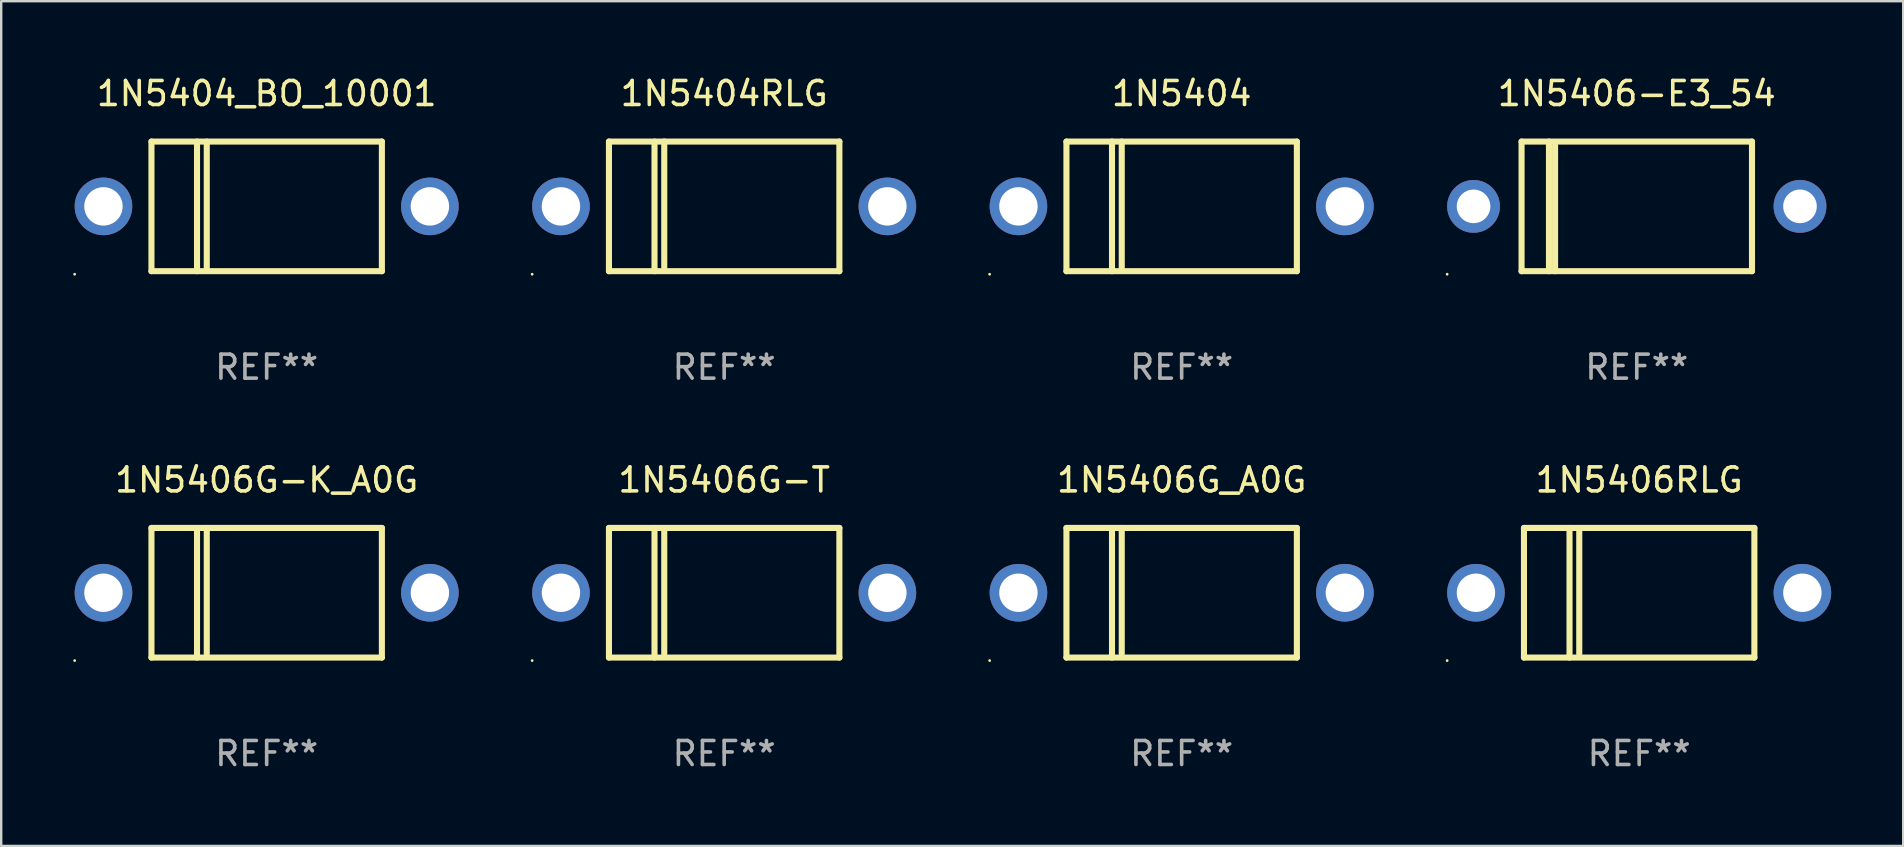
<source format=kicad_pcb>
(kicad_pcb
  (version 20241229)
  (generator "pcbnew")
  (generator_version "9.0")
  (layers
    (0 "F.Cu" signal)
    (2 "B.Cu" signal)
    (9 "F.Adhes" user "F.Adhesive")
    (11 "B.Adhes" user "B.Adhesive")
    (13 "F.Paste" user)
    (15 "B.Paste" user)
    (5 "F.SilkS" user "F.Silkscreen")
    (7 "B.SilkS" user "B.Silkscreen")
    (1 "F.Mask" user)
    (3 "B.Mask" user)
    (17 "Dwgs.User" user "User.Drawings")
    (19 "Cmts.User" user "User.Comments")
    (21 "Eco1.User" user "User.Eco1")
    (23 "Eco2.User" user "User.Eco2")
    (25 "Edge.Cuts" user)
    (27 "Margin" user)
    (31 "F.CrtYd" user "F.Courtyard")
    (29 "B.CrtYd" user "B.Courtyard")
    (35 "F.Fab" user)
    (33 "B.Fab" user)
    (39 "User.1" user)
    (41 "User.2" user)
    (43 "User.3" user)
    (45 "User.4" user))
  (footprint "1N5406G_A0G"
    (layer "F.Cu")
    (at 46.18 21.645)
    (property "Reference" "1N5406G_A0G" (at 0 -4.7 0) (layer "F.SilkS") (effects (font (size 1 1) (thickness 0.15))))
    (attr through_hole)
    (fp_line (start -4.8 -2.7) (end -4.8 2.7) (stroke (width 0.254) (type solid)) (layer "F.SilkS"))
    (fp_line (start -4.8 -2.7) (end 4.8 -2.7) (stroke (width 0.254) (type solid)) (layer "F.SilkS"))
    (fp_line (start -2.902 -2.7) (end -2.902 2.7) (stroke (width 0.254) (type solid)) (layer "F.SilkS"))
    (fp_line (start -2.496 -2.7) (end -2.496 2.54) (stroke (width 0.254) (type solid)) (layer "F.SilkS"))
    (fp_line (start 4.8 -2.7) (end 4.8 2.7) (stroke (width 0.254) (type solid)) (layer "F.SilkS"))
    (fp_line (start 4.8 2.7) (end -4.8 2.7) (stroke (width 0.254) (type solid)) (layer "F.SilkS"))
    (fp_circle (center -8 2.827) (end -7.97 2.827) (stroke (width 0.06) (type solid)) (fill no) (layer "F.SilkS"))
    (fp_text user "REF**" (at 0 6.7 0) (layer "F.Fab") (effects (font (size 1 1) (thickness 0.15))))
    (pad "1" thru_hole circle (at -6.8 0) (size 2.4 2.4) (drill 1.6) (layers "*.Cu" "*.Mask"))
    (pad "2" thru_hole circle (at 6.8 0) (size 2.4 2.4) (drill 1.6) (layers "*.Cu" "*.Mask")))
  (footprint "1N5406G-K_A0G"
    (layer "F.Cu")
    (at 8.06 21.645)
    (property "Reference" "1N5406G-K_A0G" (at 0 -4.7 0) (layer "F.SilkS") (effects (font (size 1 1) (thickness 0.15))))
    (attr through_hole)
    (fp_line (start -4.8 -2.7) (end -4.8 2.7) (stroke (width 0.254) (type solid)) (layer "F.SilkS"))
    (fp_line (start -4.8 -2.7) (end 4.8 -2.7) (stroke (width 0.254) (type solid)) (layer "F.SilkS"))
    (fp_line (start -2.902 -2.7) (end -2.902 2.7) (stroke (width 0.254) (type solid)) (layer "F.SilkS"))
    (fp_line (start -2.496 -2.7) (end -2.496 2.54) (stroke (width 0.254) (type solid)) (layer "F.SilkS"))
    (fp_line (start 4.8 -2.7) (end 4.8 2.7) (stroke (width 0.254) (type solid)) (layer "F.SilkS"))
    (fp_line (start 4.8 2.7) (end -4.8 2.7) (stroke (width 0.254) (type solid)) (layer "F.SilkS"))
    (fp_circle (center -8 2.827) (end -7.97 2.827) (stroke (width 0.06) (type solid)) (fill no) (layer "F.SilkS"))
    (fp_text user "REF**" (at 0 6.7 0) (layer "F.Fab") (effects (font (size 1 1) (thickness 0.15))))
    (pad "1" thru_hole circle (at -6.8 0) (size 2.4 2.4) (drill 1.6) (layers "*.Cu" "*.Mask"))
    (pad "2" thru_hole circle (at 6.8 0) (size 2.4 2.4) (drill 1.6) (layers "*.Cu" "*.Mask")))
  (footprint "1N5404RLG"
    (layer "F.Cu")
    (at 27.12 5.548)
    (property "Reference" "1N5404RLG" (at 0 -4.7 0) (layer "F.SilkS") (effects (font (size 1 1) (thickness 0.15))))
    (attr through_hole)
    (fp_line (start -4.8 -2.7) (end -4.8 2.7) (stroke (width 0.254) (type solid)) (layer "F.SilkS"))
    (fp_line (start -4.8 -2.7) (end 4.8 -2.7) (stroke (width 0.254) (type solid)) (layer "F.SilkS"))
    (fp_line (start -2.902 -2.7) (end -2.902 2.7) (stroke (width 0.254) (type solid)) (layer "F.SilkS"))
    (fp_line (start -2.496 -2.7) (end -2.496 2.54) (stroke (width 0.254) (type solid)) (layer "F.SilkS"))
    (fp_line (start 4.8 -2.7) (end 4.8 2.7) (stroke (width 0.254) (type solid)) (layer "F.SilkS"))
    (fp_line (start 4.8 2.7) (end -4.8 2.7) (stroke (width 0.254) (type solid)) (layer "F.SilkS"))
    (fp_circle (center -8 2.827) (end -7.97 2.827) (stroke (width 0.06) (type solid)) (fill no) (layer "F.SilkS"))
    (fp_text user "REF**" (at 0 6.7 0) (layer "F.Fab") (effects (font (size 1 1) (thickness 0.15))))
    (pad "1" thru_hole circle (at -6.8 0) (size 2.4 2.4) (drill 1.6) (layers "*.Cu" "*.Mask"))
    (pad "2" thru_hole circle (at 6.8 0) (size 2.4 2.4) (drill 1.6) (layers "*.Cu" "*.Mask")))
  (footprint "1N5406RLG"
    (layer "F.Cu")
    (at 65.241 21.645)
    (property "Reference" "1N5406RLG" (at 0 -4.7 0) (layer "F.SilkS") (effects (font (size 1 1) (thickness 0.15))))
    (attr through_hole)
    (fp_line (start -4.8 -2.7) (end -4.8 2.7) (stroke (width 0.254) (type solid)) (layer "F.SilkS"))
    (fp_line (start -4.8 -2.7) (end 4.8 -2.7) (stroke (width 0.254) (type solid)) (layer "F.SilkS"))
    (fp_line (start -2.902 -2.7) (end -2.902 2.7) (stroke (width 0.254) (type solid)) (layer "F.SilkS"))
    (fp_line (start -2.496 -2.7) (end -2.496 2.54) (stroke (width 0.254) (type solid)) (layer "F.SilkS"))
    (fp_line (start 4.8 -2.7) (end 4.8 2.7) (stroke (width 0.254) (type solid)) (layer "F.SilkS"))
    (fp_line (start 4.8 2.7) (end -4.8 2.7) (stroke (width 0.254) (type solid)) (layer "F.SilkS"))
    (fp_circle (center -8 2.827) (end -7.97 2.827) (stroke (width 0.06) (type solid)) (fill no) (layer "F.SilkS"))
    (fp_text user "REF**" (at 0 6.7 0) (layer "F.Fab") (effects (font (size 1 1) (thickness 0.15))))
    (pad "1" thru_hole circle (at -6.8 0) (size 2.4 2.4) (drill 1.6) (layers "*.Cu" "*.Mask"))
    (pad "2" thru_hole circle (at 6.8 0) (size 2.4 2.4) (drill 1.6) (layers "*.Cu" "*.Mask")))
  (footprint "1N5404_BO_10001"
    (layer "F.Cu")
    (at 8.06 5.548)
    (property "Reference" "1N5404_BO_10001" (at 0 -4.7 0) (layer "F.SilkS") (effects (font (size 1 1) (thickness 0.15))))
    (attr through_hole)
    (fp_line (start -4.8 -2.7) (end -4.8 2.7) (stroke (width 0.254) (type solid)) (layer "F.SilkS"))
    (fp_line (start -4.8 -2.7) (end 4.8 -2.7) (stroke (width 0.254) (type solid)) (layer "F.SilkS"))
    (fp_line (start -2.902 -2.7) (end -2.902 2.7) (stroke (width 0.254) (type solid)) (layer "F.SilkS"))
    (fp_line (start -2.496 -2.7) (end -2.496 2.54) (stroke (width 0.254) (type solid)) (layer "F.SilkS"))
    (fp_line (start 4.8 -2.7) (end 4.8 2.7) (stroke (width 0.254) (type solid)) (layer "F.SilkS"))
    (fp_line (start 4.8 2.7) (end -4.8 2.7) (stroke (width 0.254) (type solid)) (layer "F.SilkS"))
    (fp_circle (center -8 2.827) (end -7.97 2.827) (stroke (width 0.06) (type solid)) (fill no) (layer "F.SilkS"))
    (fp_text user "REF**" (at 0 6.7 0) (layer "F.Fab") (effects (font (size 1 1) (thickness 0.15))))
    (pad "1" thru_hole circle (at -6.8 0) (size 2.4 2.4) (drill 1.6) (layers "*.Cu" "*.Mask"))
    (pad "2" thru_hole circle (at 6.8 0) (size 2.4 2.4) (drill 1.6) (layers "*.Cu" "*.Mask")))
  (footprint "1N5406-E3_54"
    (layer "F.Cu")
    (at 65.141 5.548)
    (property "Reference" "1N5406-E3_54" (at 0 -4.7 0) (layer "F.SilkS") (effects (font (size 1 1) (thickness 0.15))))
    (attr through_hole)
    (fp_line (start -4.8 -2.7) (end 4.8 -2.7) (stroke (width 0.254) (type solid)) (layer "F.SilkS"))
    (fp_line (start -4.8 2.7) (end -4.8 -2.7) (stroke (width 0.254) (type solid)) (layer "F.SilkS"))
    (fp_line (start -3.658 2.7) (end -3.658 -2.7) (stroke (width 0.254) (type solid)) (layer "F.SilkS"))
    (fp_line (start -3.404 2.7) (end -3.404 -2.54) (stroke (width 0.254) (type solid)) (layer "F.SilkS"))
    (fp_line (start 4.8 2.7) (end -4.8 2.7) (stroke (width 0.254) (type solid)) (layer "F.SilkS"))
    (fp_line (start 4.8 2.7) (end 4.8 -2.7) (stroke (width 0.254) (type solid)) (layer "F.SilkS"))
    (fp_circle (center -7.9 2.827) (end -7.87 2.827) (stroke (width 0.06) (type solid)) (fill no) (layer "F.SilkS"))
    (fp_text user "REF**" (at 0 6.7 0) (layer "F.Fab") (effects (font (size 1 1) (thickness 0.15))))
    (pad "1" thru_hole circle (at -6.8 0) (size 2.2 2.2) (drill 1.4) (layers "*.Cu" "*.Mask"))
    (pad "2" thru_hole circle (at 6.8 0) (size 2.2 2.2) (drill 1.4) (layers "*.Cu" "*.Mask")))
  (footprint "1N5406G-T"
    (layer "F.Cu")
    (at 27.12 21.645)
    (property "Reference" "1N5406G-T" (at 0 -4.7 0) (layer "F.SilkS") (effects (font (size 1 1) (thickness 0.15))))
    (attr through_hole)
    (fp_line (start -4.8 -2.7) (end -4.8 2.7) (stroke (width 0.254) (type solid)) (layer "F.SilkS"))
    (fp_line (start -4.8 -2.7) (end 4.8 -2.7) (stroke (width 0.254) (type solid)) (layer "F.SilkS"))
    (fp_line (start -2.902 -2.7) (end -2.902 2.7) (stroke (width 0.254) (type solid)) (layer "F.SilkS"))
    (fp_line (start -2.496 -2.7) (end -2.496 2.54) (stroke (width 0.254) (type solid)) (layer "F.SilkS"))
    (fp_line (start 4.8 -2.7) (end 4.8 2.7) (stroke (width 0.254) (type solid)) (layer "F.SilkS"))
    (fp_line (start 4.8 2.7) (end -4.8 2.7) (stroke (width 0.254) (type solid)) (layer "F.SilkS"))
    (fp_circle (center -8 2.827) (end -7.97 2.827) (stroke (width 0.06) (type solid)) (fill no) (layer "F.SilkS"))
    (fp_text user "REF**" (at 0 6.7 0) (layer "F.Fab") (effects (font (size 1 1) (thickness 0.15))))
    (pad "1" thru_hole circle (at -6.8 0) (size 2.4 2.4) (drill 1.6) (layers "*.Cu" "*.Mask"))
    (pad "2" thru_hole circle (at 6.8 0) (size 2.4 2.4) (drill 1.6) (layers "*.Cu" "*.Mask")))
  (footprint "1N5404"
    (layer "F.Cu")
    (at 46.18 5.548)
    (property "Reference" "1N5404" (at 0 -4.7 0) (layer "F.SilkS") (effects (font (size 1 1) (thickness 0.15))))
    (attr through_hole)
    (fp_line (start -4.8 -2.7) (end -4.8 2.7) (stroke (width 0.254) (type solid)) (layer "F.SilkS"))
    (fp_line (start -4.8 -2.7) (end 4.8 -2.7) (stroke (width 0.254) (type solid)) (layer "F.SilkS"))
    (fp_line (start -2.902 -2.7) (end -2.902 2.7) (stroke (width 0.254) (type solid)) (layer "F.SilkS"))
    (fp_line (start -2.496 -2.7) (end -2.496 2.54) (stroke (width 0.254) (type solid)) (layer "F.SilkS"))
    (fp_line (start 4.8 -2.7) (end 4.8 2.7) (stroke (width 0.254) (type solid)) (layer "F.SilkS"))
    (fp_line (start 4.8 2.7) (end -4.8 2.7) (stroke (width 0.254) (type solid)) (layer "F.SilkS"))
    (fp_circle (center -8 2.827) (end -7.97 2.827) (stroke (width 0.06) (type solid)) (fill no) (layer "F.SilkS"))
    (fp_text user "REF**" (at 0 6.7 0) (layer "F.Fab") (effects (font (size 1 1) (thickness 0.15))))
    (pad "1" thru_hole circle (at -6.8 0) (size 2.4 2.4) (drill 1.6) (layers "*.Cu" "*.Mask"))
    (pad "2" thru_hole circle (at 6.8 0) (size 2.4 2.4) (drill 1.6) (layers "*.Cu" "*.Mask")))
  (gr_rect
    (start -3 -3)
    (end 76.241 32.193)
    (stroke (width 0.1) (type default))
    (fill no)
    (layer "Edge.Cuts")))
</source>
